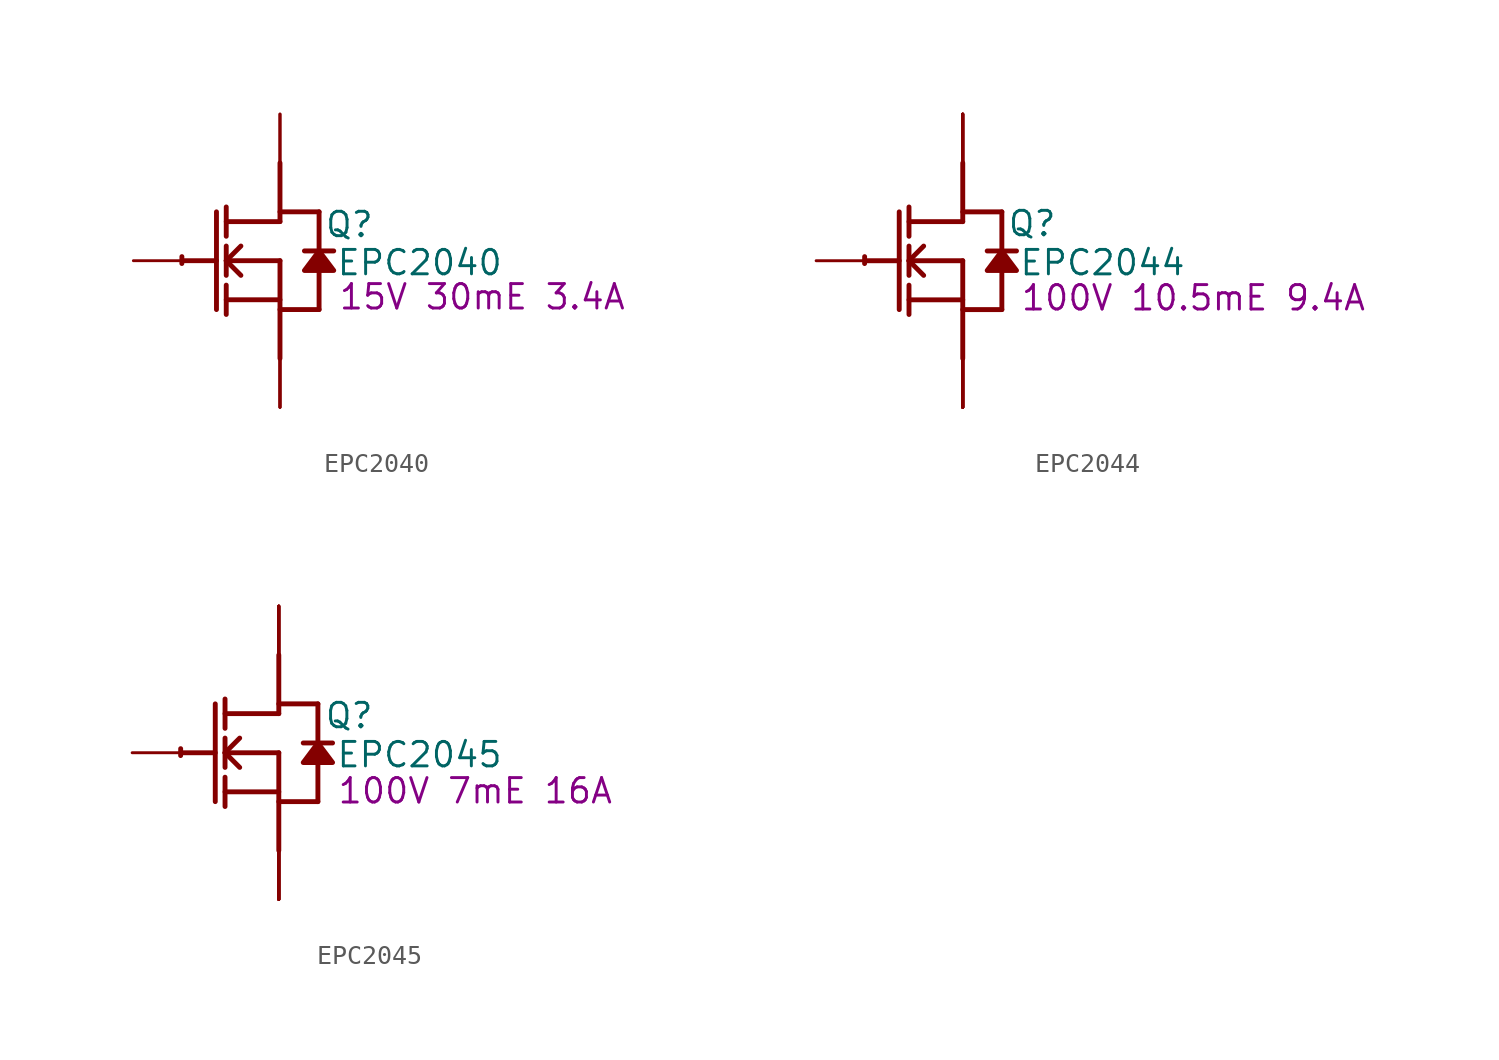
<source format=kicad_sym>
(kicad_symbol_lib
  (version 20231120)
  (generator "kicad_symbol_editor")
  (generator_version "8.0")
  (symbol "EPC2040"
    (property "Reference" "Q"
      (at 3.607 1.88 0)
      (effects (font (size 1.27 1.27))))
    (property "Value" "EPC2040"
      (at 7.264 -0.102 0)
      (effects (font (size 1.27 1.27))))
    (property "Description" "15V 30mE 3.4A"
      (at 10.516 -1.88 0)
      (effects (font (size 1.27 1.27))))
    (symbol "EPC2040_1_0"
      (arc (start -5.0996 0.2128) (mid -5.1039 0.0331) (end -5.1019 -0.1467) (stroke (width 0.254) (type solid)) (fill (type none)))
      (polyline (pts (xy -5.08 0) (xy -3.302 0)) (stroke (width 0.254) (type solid)) (fill (type none)))
      (polyline (pts (xy -3.302 2.54) (xy -3.302 -2.54)) (stroke (width 0.254) (type solid)) (fill (type none)))
      (polyline (pts (xy -2.794 -2.794) (xy -2.794 -1.27)) (stroke (width 0.254) (type solid)) (fill (type none)))
      (polyline (pts (xy -2.794 -2.032) (xy 0 -2.032)) (stroke (width 0.254) (type solid)) (fill (type none)))
      (polyline (pts (xy -2.794 -0.762) (xy -2.794 0.762)) (stroke (width 0.254) (type solid)) (fill (type none)))
      (polyline (pts (xy -2.794 0) (xy -2.032 0.762)) (stroke (width 0.254) (type solid)) (fill (type none)))
      (polyline (pts (xy -2.794 0) (xy 0 0)) (stroke (width 0.254) (type solid)) (fill (type none)))
      (polyline (pts (xy -2.794 1.27) (xy -2.794 2.794)) (stroke (width 0.254) (type solid)) (fill (type none)))
      (polyline (pts (xy -2.032 -0.762) (xy -2.794 0)) (stroke (width 0.254) (type solid)) (fill (type none)))
      (polyline (pts (xy 0 -2.54) (xy 2.032 -2.54)) (stroke (width 0.254) (type solid)) (fill (type none)))
      (polyline (pts (xy 0 0) (xy 0 -5.08)) (stroke (width 0.254) (type solid)) (fill (type none)))
      (polyline (pts (xy 0 2.032) (xy -2.794 2.032)) (stroke (width 0.254) (type solid)) (fill (type none)))
      (polyline (pts (xy 0 2.032) (xy 0 5.08)) (stroke (width 0.254) (type solid)) (fill (type none)))
      (polyline (pts (xy 0 2.54) (xy 2.032 2.54)) (stroke (width 0.254) (type solid)) (fill (type none)))
      (polyline (pts (xy 2.032 -0.508) (xy 2.032 -2.54)) (stroke (width 0.254) (type solid)) (fill (type none)))
      (polyline (pts (xy 2.032 2.54) (xy 2.032 0.508)) (stroke (width 0.254) (type solid)) (fill (type none)))
      (polyline (pts (xy 2.794 0.508) (xy 1.27 0.508)) (stroke (width 0.254) (type solid)) (fill (type none)))
      (polyline (pts (xy 2.032 0.508) (xy 1.27 -0.508) (xy 2.794 -0.508) (xy 2.032 0.508)) (stroke (width 0.254) (type solid)) (fill (type outline)))
      (pin passive line (at -7.62 0 0) (length 2.54) (name "G" (effects (font (size 0 0)))) (number "1" (effects (font (size 0 0)))))
      (pin open_collector line (at 0 7.62 270) (length 2.54) (name "D1" (effects (font (size 0 0)))) (number "2" (effects (font (size 0 0)))))
      (pin open_emitter line (at 0 -7.62 90) (length 2.54) (name "S1" (effects (font (size 0 0)))) (number "3" (effects (font (size 0 0)))))
      (pin open_emitter line (at 0 -7.62 90) (length 2.54) (name "S2" (effects (font (size 0 0)))) (number "4" (effects (font (size 0 0)))))
      (pin open_collector line (at 0 7.62 270) (length 2.54) (name "D2" (effects (font (size 0 0)))) (number "5" (effects (font (size 0 0)))))
      (pin open_emitter line (at 0 -7.62 90) (length 2.54) (name "S3" (effects (font (size 0 0)))) (number "6" (effects (font (size 0 0)))))))
  (symbol "EPC2044"
    (property "Reference" "Q"
      (at 3.607 1.93 0)
      (effects (font (size 1.27 1.27))))
    (property "Value" "EPC2044"
      (at 7.264 -0.102 0)
      (effects (font (size 1.27 1.27))))
    (property "Description" "100V 10.5mE 9.4A"
      (at 11.989 -1.93 0)
      (effects (font (size 1.27 1.27))))
    (symbol "EPC2044_1_0"
      (arc (start -5.0996 0.2128) (mid -5.1039 0.0331) (end -5.1019 -0.1467) (stroke (width 0.254) (type solid)) (fill (type none)))
      (polyline (pts (xy -5.08 0) (xy -3.302 0)) (stroke (width 0.254) (type solid)) (fill (type none)))
      (polyline (pts (xy -3.302 2.54) (xy -3.302 -2.54)) (stroke (width 0.254) (type solid)) (fill (type none)))
      (polyline (pts (xy -2.794 -2.794) (xy -2.794 -1.27)) (stroke (width 0.254) (type solid)) (fill (type none)))
      (polyline (pts (xy -2.794 -2.032) (xy 0 -2.032)) (stroke (width 0.254) (type solid)) (fill (type none)))
      (polyline (pts (xy -2.794 -0.762) (xy -2.794 0.762)) (stroke (width 0.254) (type solid)) (fill (type none)))
      (polyline (pts (xy -2.794 0) (xy -2.032 0.762)) (stroke (width 0.254) (type solid)) (fill (type none)))
      (polyline (pts (xy -2.794 0) (xy 0 0)) (stroke (width 0.254) (type solid)) (fill (type none)))
      (polyline (pts (xy -2.794 1.27) (xy -2.794 2.794)) (stroke (width 0.254) (type solid)) (fill (type none)))
      (polyline (pts (xy -2.032 -0.762) (xy -2.794 0)) (stroke (width 0.254) (type solid)) (fill (type none)))
      (polyline (pts (xy 0 -2.54) (xy 2.032 -2.54)) (stroke (width 0.254) (type solid)) (fill (type none)))
      (polyline (pts (xy 0 0) (xy 0 -5.08)) (stroke (width 0.254) (type solid)) (fill (type none)))
      (polyline (pts (xy 0 2.032) (xy -2.794 2.032)) (stroke (width 0.254) (type solid)) (fill (type none)))
      (polyline (pts (xy 0 2.032) (xy 0 5.08)) (stroke (width 0.254) (type solid)) (fill (type none)))
      (polyline (pts (xy 0 2.54) (xy 2.032 2.54)) (stroke (width 0.254) (type solid)) (fill (type none)))
      (polyline (pts (xy 2.032 -0.508) (xy 2.032 -2.54)) (stroke (width 0.254) (type solid)) (fill (type none)))
      (polyline (pts (xy 2.032 2.54) (xy 2.032 0.508)) (stroke (width 0.254) (type solid)) (fill (type none)))
      (polyline (pts (xy 2.794 0.508) (xy 1.27 0.508)) (stroke (width 0.254) (type solid)) (fill (type none)))
      (polyline (pts (xy 2.032 0.508) (xy 1.27 -0.508) (xy 2.794 -0.508) (xy 2.032 0.508)) (stroke (width 0.254) (type solid)) (fill (type outline)))
      (pin passive line (at -7.62 0 0) (length 2.54) (name "G" (effects (font (size 0 0)))) (number "A1" (effects (font (size 0 0)))))
      (pin open_collector line (at 0 7.62 270) (length 2.54) (name "D1" (effects (font (size 0 0)))) (number "A2" (effects (font (size 0 0)))))
      (pin open_emitter line (at 0 -7.62 90) (length 2.54) (name "S3" (effects (font (size 0 0)))) (number "A3" (effects (font (size 0 0)))))
      (pin open_collector line (at 0 7.62 270) (length 2.54) (name "D4" (effects (font (size 0 0)))) (number "A4" (effects (font (size 0 0)))))
      (pin open_emitter line (at 0 -7.62 90) (length 2.54) (name "S6" (effects (font (size 0 0)))) (number "A5" (effects (font (size 0 0)))))
      (pin open_emitter line (at 0 -7.62 90) (length 2.54) (name "S1" (effects (font (size 0 0)))) (number "B1" (effects (font (size 0 0)))))
      (pin open_collector line (at 0 7.62 270) (length 2.54) (name "D2" (effects (font (size 0 0)))) (number "B2" (effects (font (size 0 0)))))
      (pin open_emitter line (at 0 -7.62 90) (length 2.54) (name "S4" (effects (font (size 0 0)))) (number "B3" (effects (font (size 0 0)))))
      (pin open_collector line (at 0 7.62 270) (length 2.54) (name "D5" (effects (font (size 0 0)))) (number "B4" (effects (font (size 0 0)))))
      (pin open_emitter line (at 0 -7.62 90) (length 2.54) (name "S7" (effects (font (size 0 0)))) (number "B5" (effects (font (size 0 0)))))
      (pin open_emitter line (at 0 -7.62 90) (length 2.54) (name "S2" (effects (font (size 0 0)))) (number "C1" (effects (font (size 0 0)))))
      (pin open_collector line (at 0 7.62 270) (length 2.54) (name "D3" (effects (font (size 0 0)))) (number "C2" (effects (font (size 0 0)))))
      (pin open_emitter line (at 0 -7.62 90) (length 2.54) (name "S5" (effects (font (size 0 0)))) (number "C3" (effects (font (size 0 0)))))
      (pin open_collector line (at 0 7.62 270) (length 2.54) (name "D6" (effects (font (size 0 0)))) (number "C4" (effects (font (size 0 0)))))
      (pin open_emitter line (at 0 -7.62 90) (length 2.54) (name "S8" (effects (font (size 0 0)))) (number "C5" (effects (font (size 0 0)))))))
  (symbol "EPC2045"
    (property "Reference" "Q"
      (at 3.658 1.93 0)
      (effects (font (size 1.27 1.27))))
    (property "Value" "EPC2045"
      (at 7.315 -0.102 0)
      (effects (font (size 1.27 1.27))))
    (property "Description" "100V 7mE 16A"
      (at 10.211 -1.981 0)
      (effects (font (size 1.27 1.27))))
    (symbol "EPC2045_1_0"
      (arc (start -5.0996 0.2128) (mid -5.1039 0.0331) (end -5.1019 -0.1467) (stroke (width 0.254) (type solid)) (fill (type none)))
      (polyline (pts (xy -5.08 0) (xy -3.302 0)) (stroke (width 0.254) (type solid)) (fill (type none)))
      (polyline (pts (xy -3.302 2.54) (xy -3.302 -2.54)) (stroke (width 0.254) (type solid)) (fill (type none)))
      (polyline (pts (xy -2.794 -2.794) (xy -2.794 -1.27)) (stroke (width 0.254) (type solid)) (fill (type none)))
      (polyline (pts (xy -2.794 -2.032) (xy 0 -2.032)) (stroke (width 0.254) (type solid)) (fill (type none)))
      (polyline (pts (xy -2.794 -0.762) (xy -2.794 0.762)) (stroke (width 0.254) (type solid)) (fill (type none)))
      (polyline (pts (xy -2.794 0) (xy -2.032 0.762)) (stroke (width 0.254) (type solid)) (fill (type none)))
      (polyline (pts (xy -2.794 0) (xy 0 0)) (stroke (width 0.254) (type solid)) (fill (type none)))
      (polyline (pts (xy -2.794 1.27) (xy -2.794 2.794)) (stroke (width 0.254) (type solid)) (fill (type none)))
      (polyline (pts (xy -2.032 -0.762) (xy -2.794 0)) (stroke (width 0.254) (type solid)) (fill (type none)))
      (polyline (pts (xy 0 -2.54) (xy 2.032 -2.54)) (stroke (width 0.254) (type solid)) (fill (type none)))
      (polyline (pts (xy 0 0) (xy 0 -5.08)) (stroke (width 0.254) (type solid)) (fill (type none)))
      (polyline (pts (xy 0 2.032) (xy -2.794 2.032)) (stroke (width 0.254) (type solid)) (fill (type none)))
      (polyline (pts (xy 0 2.032) (xy 0 5.08)) (stroke (width 0.254) (type solid)) (fill (type none)))
      (polyline (pts (xy 0 2.54) (xy 2.032 2.54)) (stroke (width 0.254) (type solid)) (fill (type none)))
      (polyline (pts (xy 2.032 -0.508) (xy 2.032 -2.54)) (stroke (width 0.254) (type solid)) (fill (type none)))
      (polyline (pts (xy 2.032 2.54) (xy 2.032 0.508)) (stroke (width 0.254) (type solid)) (fill (type none)))
      (polyline (pts (xy 2.794 0.508) (xy 1.27 0.508)) (stroke (width 0.254) (type solid)) (fill (type none)))
      (polyline (pts (xy 2.032 0.508) (xy 1.27 -0.508) (xy 2.794 -0.508) (xy 2.032 0.508)) (stroke (width 0.254) (type solid)) (fill (type outline)))
      (pin passive line (at -7.62 0 0) (length 2.54) (name "G" (effects (font (size 0 0)))) (number "1" (effects (font (size 0 0)))))
      (pin open_collector line (at 0 7.62 270) (length 2.54) (name "D4" (effects (font (size 0 0)))) (number "10" (effects (font (size 0 0)))))
      (pin open_collector line (at 0 7.62 270) (length 2.54) (name "D5" (effects (font (size 0 0)))) (number "11" (effects (font (size 0 0)))))
      (pin open_collector line (at 0 7.62 270) (length 2.54) (name "D6" (effects (font (size 0 0)))) (number "12" (effects (font (size 0 0)))))
      (pin open_emitter line (at 0 -7.62 90) (length 2.54) (name "S5" (effects (font (size 0 0)))) (number "13" (effects (font (size 0 0)))))
      (pin open_emitter line (at 0 -7.62 90) (length 2.54) (name "S6" (effects (font (size 0 0)))) (number "14" (effects (font (size 0 0)))))
      (pin open_emitter line (at 0 -7.62 90) (length 2.54) (name "S7" (effects (font (size 0 0)))) (number "15" (effects (font (size 0 0)))))
      (pin open_emitter line (at 0 -7.62 90) (length 2.54) (name "S1" (effects (font (size 0 0)))) (number "2" (effects (font (size 0 0)))))
      (pin open_emitter line (at 0 -7.62 90) (length 2.54) (name "S2" (effects (font (size 0 0)))) (number "3" (effects (font (size 0 0)))))
      (pin open_collector line (at 0 7.62 270) (length 2.54) (name "D1" (effects (font (size 0 0)))) (number "4" (effects (font (size 0 0)))))
      (pin open_collector line (at 0 7.62 270) (length 2.54) (name "D2" (effects (font (size 0 0)))) (number "5" (effects (font (size 0 0)))))
      (pin open_collector line (at 0 7.62 270) (length 2.54) (name "D3" (effects (font (size 0 0)))) (number "6" (effects (font (size 0 0)))))
      (pin open_emitter line (at 0 -7.62 90) (length 2.54) (name "S3" (effects (font (size 0 0)))) (number "7" (effects (font (size 0 0)))))
      (pin open_emitter line (at 0 -7.62 90) (length 2.54) (name "Sub" (effects (font (size 0 0)))) (number "8" (effects (font (size 0 0)))))
      (pin open_emitter line (at 0 -7.62 90) (length 2.54) (name "S4" (effects (font (size 0 0)))) (number "9" (effects (font (size 0 0))))))))
</source>
